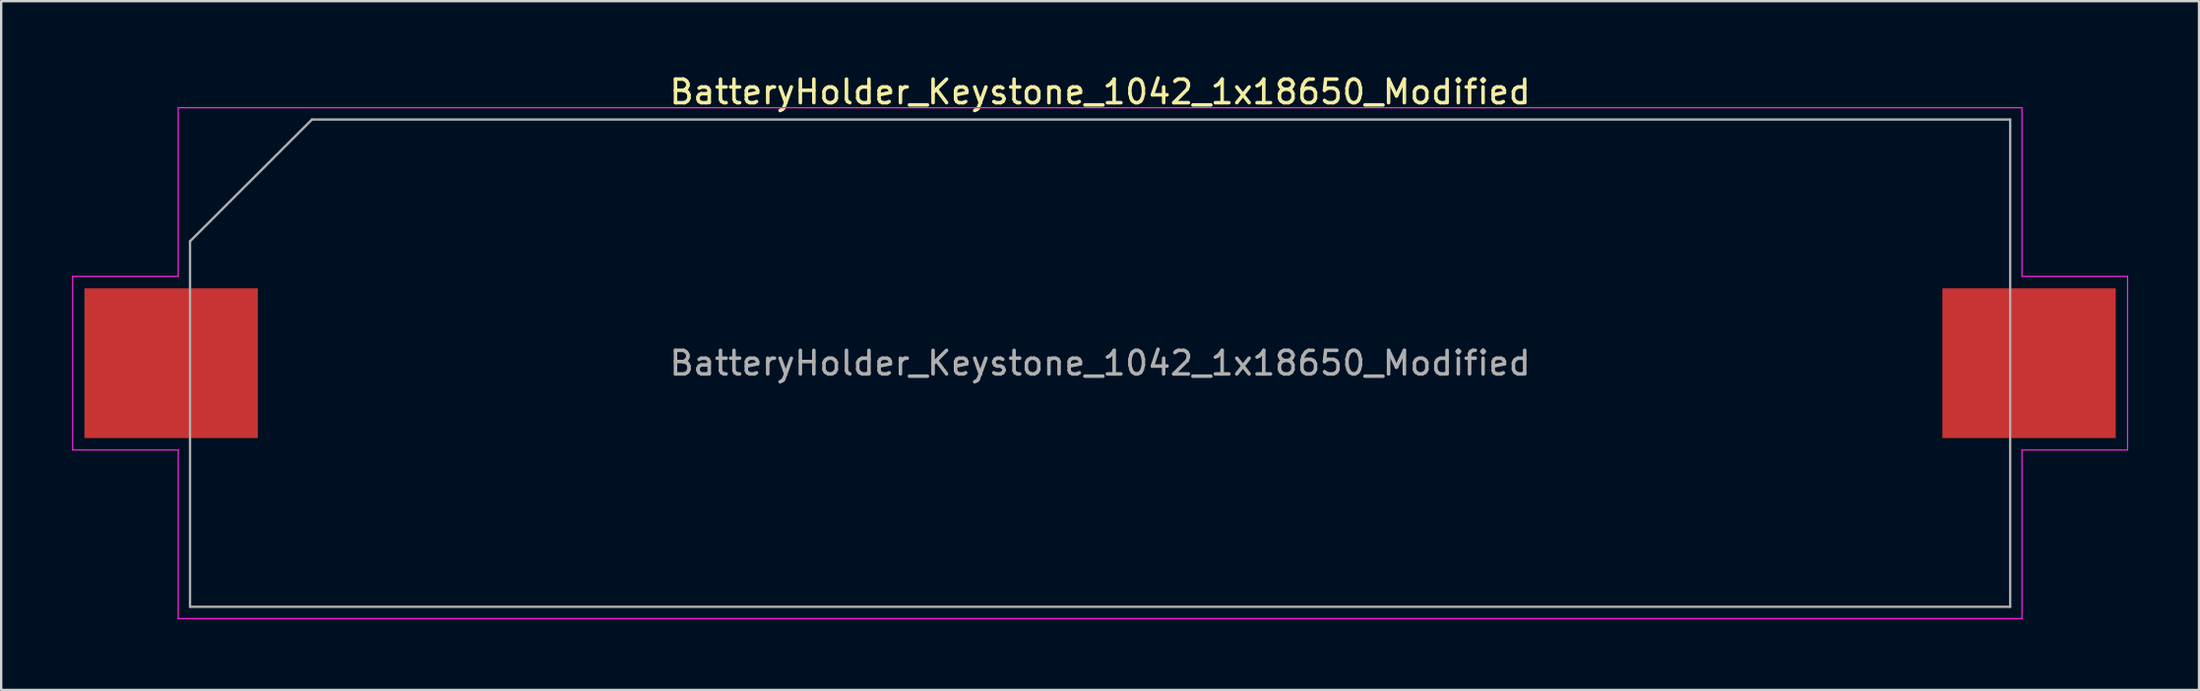
<source format=kicad_pcb>
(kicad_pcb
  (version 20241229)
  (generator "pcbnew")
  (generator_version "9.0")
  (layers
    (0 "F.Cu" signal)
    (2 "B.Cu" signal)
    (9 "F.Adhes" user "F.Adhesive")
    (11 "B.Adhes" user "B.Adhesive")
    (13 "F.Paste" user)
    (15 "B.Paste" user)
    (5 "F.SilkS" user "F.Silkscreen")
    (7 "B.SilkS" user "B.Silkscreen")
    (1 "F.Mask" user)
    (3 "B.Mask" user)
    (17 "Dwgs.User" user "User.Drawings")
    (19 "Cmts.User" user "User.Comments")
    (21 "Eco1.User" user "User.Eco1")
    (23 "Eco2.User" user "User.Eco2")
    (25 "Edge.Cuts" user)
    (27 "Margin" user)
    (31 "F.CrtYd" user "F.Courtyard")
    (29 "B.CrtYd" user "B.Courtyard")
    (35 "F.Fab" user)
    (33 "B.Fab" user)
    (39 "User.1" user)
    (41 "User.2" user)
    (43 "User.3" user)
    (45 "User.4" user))
  (footprint "BatteryHolder_Keystone_1042_1x18650_Modified"
    (layer "F.Cu")
    (at 43.525 12.348)
    (property "Reference" "BatteryHolder_Keystone_1042_1x18650_Modified" (at 0 -11.5 0) (layer "F.SilkS") (effects (font (size 1 1) (thickness 0.15))))
    (attr smd)
    (fp_line (start -43.5 -3.68) (end -39.03 -3.68) (stroke (width 0.05) (type solid)) (layer "F.CrtYd"))
    (fp_line (start -43.5 3.68) (end -43.5 -3.68) (stroke (width 0.05) (type solid)) (layer "F.CrtYd"))
    (fp_line (start -39.03 -10.83) (end -39.03 -3.68) (stroke (width 0.05) (type solid)) (layer "F.CrtYd"))
    (fp_line (start -39.03 -10.83) (end 39.03 -10.83) (stroke (width 0.05) (type solid)) (layer "F.CrtYd"))
    (fp_line (start -39.03 3.68) (end -43.5 3.68) (stroke (width 0.05) (type solid)) (layer "F.CrtYd"))
    (fp_line (start -39.03 10.83) (end -39.03 3.68) (stroke (width 0.05) (type solid)) (layer "F.CrtYd"))
    (fp_line (start -39.03 10.83) (end 39.03 10.83) (stroke (width 0.05) (type solid)) (layer "F.CrtYd"))
    (fp_line (start 39.03 -10.83) (end 39.03 -3.68) (stroke (width 0.05) (type solid)) (layer "F.CrtYd"))
    (fp_line (start 39.03 3.68) (end 43.5 3.68) (stroke (width 0.05) (type solid)) (layer "F.CrtYd"))
    (fp_line (start 39.03 10.83) (end 39.03 3.68) (stroke (width 0.05) (type solid)) (layer "F.CrtYd"))
    (fp_line (start 43.5 -3.68) (end 39.03 -3.68) (stroke (width 0.05) (type solid)) (layer "F.CrtYd"))
    (fp_line (start 43.5 3.68) (end 43.5 -3.68) (stroke (width 0.05) (type solid)) (layer "F.CrtYd"))
    (fp_line (start -38.53 -5.168) (end -38.53 10.33) (stroke (width 0.1) (type solid)) (layer "F.Fab"))
    (fp_line (start -38.53 10.33) (end 38.53 10.33) (stroke (width 0.1) (type solid)) (layer "F.Fab"))
    (fp_line (start -33.367 -10.33) (end -38.53 -5.168) (stroke (width 0.1) (type solid)) (layer "F.Fab"))
    (fp_line (start -33.367 -10.33) (end 38.53 -10.33) (stroke (width 0.1) (type solid)) (layer "F.Fab"))
    (fp_line (start 38.53 -10.33) (end 38.53 10.33) (stroke (width 0.1) (type solid)) (layer "F.Fab"))
    (fp_text user "${REFERENCE}" (at 0 0 0) (layer "F.Fab") (effects (font (size 1 1) (thickness 0.15))))
    (pad "1" smd rect (at -39.33 0) (size 7.34 6.35) (layers "F.Cu" "F.Mask" "F.Paste"))
    (pad "2" smd rect (at 39.33 0) (size 7.34 6.35) (layers "F.Cu" "F.Mask" "F.Paste")))
  (gr_rect
    (start -3 -3)
    (end 90.05 26.203)
    (stroke (width 0.1) (type default))
    (fill no)
    (layer "Edge.Cuts")))
</source>
